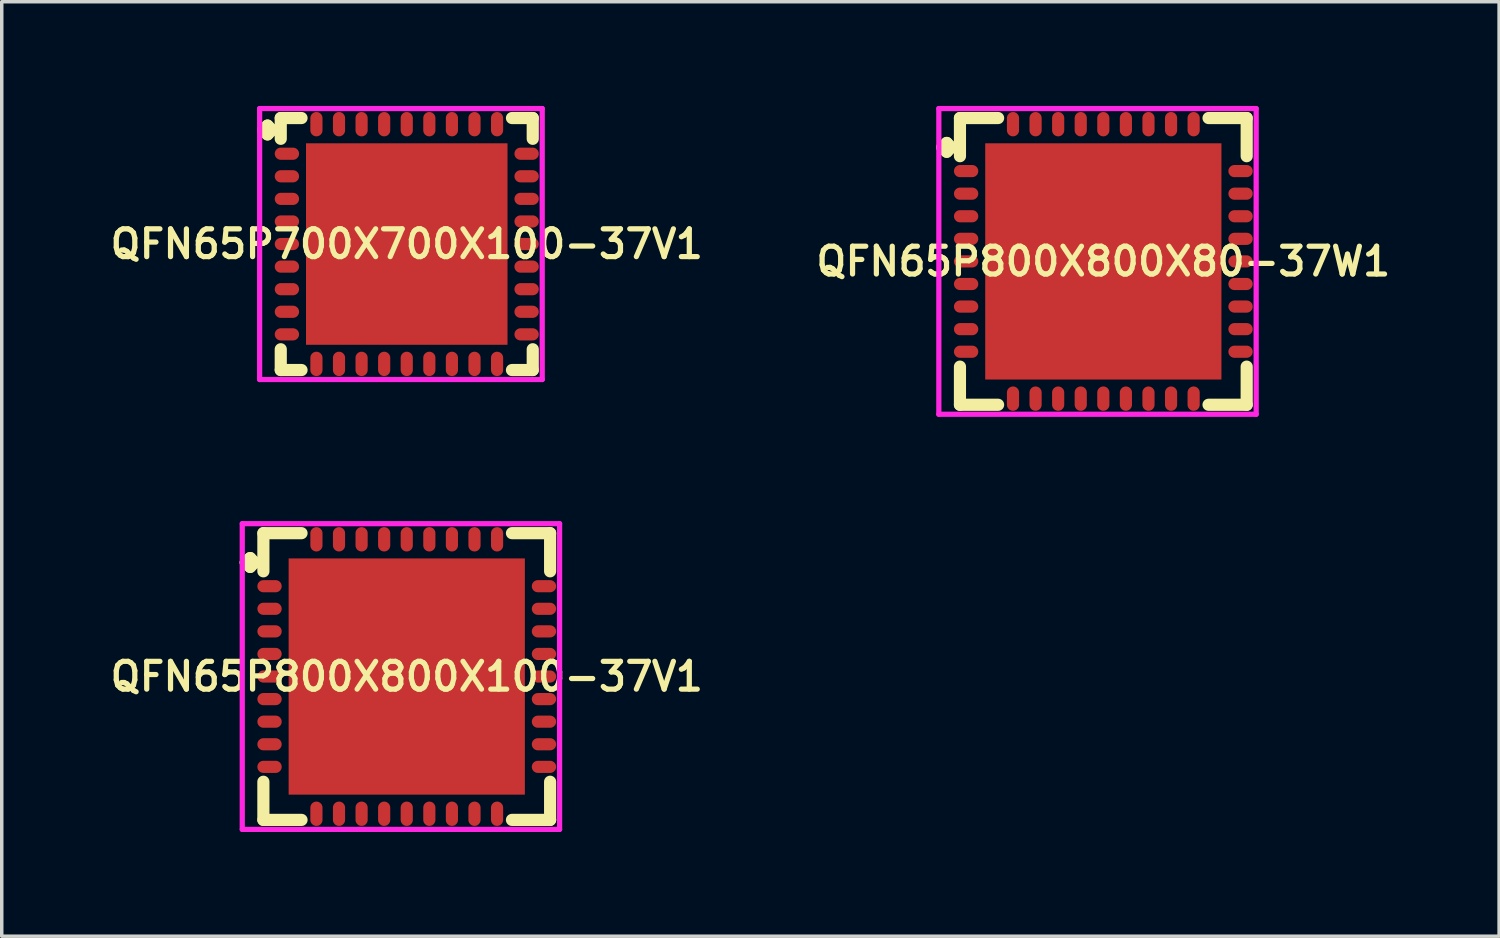
<source format=kicad_pcb>
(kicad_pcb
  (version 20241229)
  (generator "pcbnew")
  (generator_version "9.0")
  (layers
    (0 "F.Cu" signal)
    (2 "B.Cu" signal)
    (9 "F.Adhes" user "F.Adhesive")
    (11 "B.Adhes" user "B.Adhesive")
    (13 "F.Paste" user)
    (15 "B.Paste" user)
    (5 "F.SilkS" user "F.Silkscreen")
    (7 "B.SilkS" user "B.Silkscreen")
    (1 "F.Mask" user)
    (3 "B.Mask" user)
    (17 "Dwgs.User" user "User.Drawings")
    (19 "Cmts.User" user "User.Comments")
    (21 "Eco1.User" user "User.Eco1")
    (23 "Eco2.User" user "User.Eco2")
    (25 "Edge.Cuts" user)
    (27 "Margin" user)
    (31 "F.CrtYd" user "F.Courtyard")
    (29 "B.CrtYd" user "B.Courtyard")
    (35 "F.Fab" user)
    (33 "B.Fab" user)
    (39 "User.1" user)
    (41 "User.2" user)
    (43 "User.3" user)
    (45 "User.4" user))
  (footprint "QFN65P700X700X100-37V1"
    (layer "F.Cu")
    (at 8.659 3.975)
    (property "Reference" "QFN65P700X700X100-37V1" (at 0 0 0) (layer "F.SilkS") (effects (font (size 0.8 0.8) (thickness 0.15))))
    (attr smd)
    (fp_line (start -4.135 -3.283) (end -4.008 -3.41) (stroke (width 0.35) (type solid)) (layer "F.SilkS"))
    (fp_line (start -4.008 -3.41) (end -3.881 -3.283) (stroke (width 0.35) (type solid)) (layer "F.SilkS"))
    (fp_line (start -4.008 -3.156) (end -4.135 -3.283) (stroke (width 0.35) (type solid)) (layer "F.SilkS"))
    (fp_line (start -3.881 -3.283) (end -4.008 -3.156) (stroke (width 0.35) (type solid)) (layer "F.SilkS"))
    (fp_line (start -3.627 -3.627) (end -3.029 -3.627) (stroke (width 0.35) (type solid)) (layer "F.SilkS"))
    (fp_line (start -3.627 -3.029) (end -3.627 -3.627) (stroke (width 0.35) (type solid)) (layer "F.SilkS"))
    (fp_line (start -3.627 3.029) (end -3.627 3.627) (stroke (width 0.35) (type solid)) (layer "F.SilkS"))
    (fp_line (start -3.627 3.627) (end -3.029 3.627) (stroke (width 0.35) (type solid)) (layer "F.SilkS"))
    (fp_line (start 3.029 -3.627) (end 3.627 -3.627) (stroke (width 0.35) (type solid)) (layer "F.SilkS"))
    (fp_line (start 3.029 3.627) (end 3.627 3.627) (stroke (width 0.35) (type solid)) (layer "F.SilkS"))
    (fp_line (start 3.627 -3.627) (end 3.627 -3.029) (stroke (width 0.35) (type solid)) (layer "F.SilkS"))
    (fp_line (start 3.627 3.627) (end 3.627 3.029) (stroke (width 0.35) (type solid)) (layer "F.SilkS"))
    (fp_line (start -4.235 -3.9) (end 3.9 -3.9) (stroke (width 0.15) (type solid)) (layer "F.CrtYd"))
    (fp_line (start -4.235 3.9) (end -4.235 -3.9) (stroke (width 0.15) (type solid)) (layer "F.CrtYd"))
    (fp_line (start 3.9 -3.9) (end 3.9 3.9) (stroke (width 0.15) (type solid)) (layer "F.CrtYd"))
    (fp_line (start 3.9 3.9) (end -4.235 3.9) (stroke (width 0.15) (type solid)) (layer "F.CrtYd"))
    (pad "1" smd oval (at -3.45 -2.6) (size 0.7 0.35) (layers "F.Cu" "F.Mask" "F.Paste"))
    (pad "2" smd oval (at -3.45 -1.95) (size 0.7 0.35) (layers "F.Cu" "F.Mask" "F.Paste"))
    (pad "3" smd oval (at -3.45 -1.3) (size 0.7 0.35) (layers "F.Cu" "F.Mask" "F.Paste"))
    (pad "4" smd oval (at -3.45 -0.65) (size 0.7 0.35) (layers "F.Cu" "F.Mask" "F.Paste"))
    (pad "5" smd oval (at -3.45 0) (size 0.7 0.35) (layers "F.Cu" "F.Mask" "F.Paste"))
    (pad "6" smd oval (at -3.45 0.65) (size 0.7 0.35) (layers "F.Cu" "F.Mask" "F.Paste"))
    (pad "7" smd oval (at -3.45 1.3) (size 0.7 0.35) (layers "F.Cu" "F.Mask" "F.Paste"))
    (pad "8" smd oval (at -3.45 1.95) (size 0.7 0.35) (layers "F.Cu" "F.Mask" "F.Paste"))
    (pad "9" smd oval (at -3.45 2.6) (size 0.7 0.35) (layers "F.Cu" "F.Mask" "F.Paste"))
    (pad "10" smd oval (at -2.6 3.45) (size 0.35 0.7) (layers "F.Cu" "F.Mask" "F.Paste"))
    (pad "11" smd oval (at -1.95 3.45) (size 0.35 0.7) (layers "F.Cu" "F.Mask" "F.Paste"))
    (pad "12" smd oval (at -1.3 3.45) (size 0.35 0.7) (layers "F.Cu" "F.Mask" "F.Paste"))
    (pad "13" smd oval (at -0.65 3.45) (size 0.35 0.7) (layers "F.Cu" "F.Mask" "F.Paste"))
    (pad "14" smd oval (at 0 3.45) (size 0.35 0.7) (layers "F.Cu" "F.Mask" "F.Paste"))
    (pad "15" smd oval (at 0.65 3.45) (size 0.35 0.7) (layers "F.Cu" "F.Mask" "F.Paste"))
    (pad "16" smd oval (at 1.3 3.45) (size 0.35 0.7) (layers "F.Cu" "F.Mask" "F.Paste"))
    (pad "17" smd oval (at 1.95 3.45) (size 0.35 0.7) (layers "F.Cu" "F.Mask" "F.Paste"))
    (pad "18" smd oval (at 2.6 3.45) (size 0.35 0.7) (layers "F.Cu" "F.Mask" "F.Paste"))
    (pad "19" smd oval (at 3.45 2.6) (size 0.7 0.35) (layers "F.Cu" "F.Mask" "F.Paste"))
    (pad "20" smd oval (at 3.45 1.95) (size 0.7 0.35) (layers "F.Cu" "F.Mask" "F.Paste"))
    (pad "21" smd oval (at 3.45 1.3) (size 0.7 0.35) (layers "F.Cu" "F.Mask" "F.Paste"))
    (pad "22" smd oval (at 3.45 0.65) (size 0.7 0.35) (layers "F.Cu" "F.Mask" "F.Paste"))
    (pad "23" smd oval (at 3.45 0) (size 0.7 0.35) (layers "F.Cu" "F.Mask" "F.Paste"))
    (pad "24" smd oval (at 3.45 -0.65) (size 0.7 0.35) (layers "F.Cu" "F.Mask" "F.Paste"))
    (pad "25" smd oval (at 3.45 -1.3) (size 0.7 0.35) (layers "F.Cu" "F.Mask" "F.Paste"))
    (pad "26" smd oval (at 3.45 -1.95) (size 0.7 0.35) (layers "F.Cu" "F.Mask" "F.Paste"))
    (pad "27" smd oval (at 3.45 -2.6) (size 0.7 0.35) (layers "F.Cu" "F.Mask" "F.Paste"))
    (pad "28" smd oval (at 2.6 -3.45) (size 0.35 0.7) (layers "F.Cu" "F.Mask" "F.Paste"))
    (pad "29" smd oval (at 1.95 -3.45) (size 0.35 0.7) (layers "F.Cu" "F.Mask" "F.Paste"))
    (pad "30" smd oval (at 1.3 -3.45) (size 0.35 0.7) (layers "F.Cu" "F.Mask" "F.Paste"))
    (pad "31" smd oval (at 0.65 -3.45) (size 0.35 0.7) (layers "F.Cu" "F.Mask" "F.Paste"))
    (pad "32" smd oval (at 0 -3.45) (size 0.35 0.7) (layers "F.Cu" "F.Mask" "F.Paste"))
    (pad "33" smd oval (at -0.65 -3.45) (size 0.35 0.7) (layers "F.Cu" "F.Mask" "F.Paste"))
    (pad "34" smd oval (at -1.3 -3.45) (size 0.35 0.7) (layers "F.Cu" "F.Mask" "F.Paste"))
    (pad "35" smd oval (at -1.95 -3.45) (size 0.35 0.7) (layers "F.Cu" "F.Mask" "F.Paste"))
    (pad "36" smd oval (at -2.6 -3.45) (size 0.35 0.7) (layers "F.Cu" "F.Mask" "F.Paste"))
    (pad "37" smd rect (at 0 0) (size 5.8 5.8) (layers "F.Cu" "F.Mask" "F.Paste")))
  (footprint "QFN65P800X800X100-37V1"
    (layer "F.Cu")
    (at 8.659 16.425)
    (property "Reference" "QFN65P800X800X100-37V1" (at 0 0 0) (layer "F.SilkS") (effects (font (size 0.8 0.8) (thickness 0.15))))
    (attr smd)
    (fp_line (start -4.635 -3.283) (end -4.508 -3.41) (stroke (width 0.35) (type solid)) (layer "F.SilkS"))
    (fp_line (start -4.508 -3.41) (end -4.381 -3.283) (stroke (width 0.35) (type solid)) (layer "F.SilkS"))
    (fp_line (start -4.508 -3.156) (end -4.635 -3.283) (stroke (width 0.35) (type solid)) (layer "F.SilkS"))
    (fp_line (start -4.381 -3.283) (end -4.508 -3.156) (stroke (width 0.35) (type solid)) (layer "F.SilkS"))
    (fp_line (start -4.127 -4.127) (end -3.029 -4.127) (stroke (width 0.35) (type solid)) (layer "F.SilkS"))
    (fp_line (start -4.127 -3.029) (end -4.127 -4.127) (stroke (width 0.35) (type solid)) (layer "F.SilkS"))
    (fp_line (start -4.127 3.029) (end -4.127 4.127) (stroke (width 0.35) (type solid)) (layer "F.SilkS"))
    (fp_line (start -4.127 4.127) (end -3.029 4.127) (stroke (width 0.35) (type solid)) (layer "F.SilkS"))
    (fp_line (start 3.029 -4.127) (end 4.127 -4.127) (stroke (width 0.35) (type solid)) (layer "F.SilkS"))
    (fp_line (start 3.029 4.127) (end 4.127 4.127) (stroke (width 0.35) (type solid)) (layer "F.SilkS"))
    (fp_line (start 4.127 -4.127) (end 4.127 -3.029) (stroke (width 0.35) (type solid)) (layer "F.SilkS"))
    (fp_line (start 4.127 4.127) (end 4.127 3.029) (stroke (width 0.35) (type solid)) (layer "F.SilkS"))
    (fp_line (start -4.735 -4.4) (end 4.4 -4.4) (stroke (width 0.15) (type solid)) (layer "F.CrtYd"))
    (fp_line (start -4.735 4.4) (end -4.735 -4.4) (stroke (width 0.15) (type solid)) (layer "F.CrtYd"))
    (fp_line (start 4.4 -4.4) (end 4.4 4.4) (stroke (width 0.15) (type solid)) (layer "F.CrtYd"))
    (fp_line (start 4.4 4.4) (end -4.735 4.4) (stroke (width 0.15) (type solid)) (layer "F.CrtYd"))
    (pad "1" smd oval (at -3.95 -2.6) (size 0.7 0.35) (layers "F.Cu" "F.Mask" "F.Paste"))
    (pad "2" smd oval (at -3.95 -1.95) (size 0.7 0.35) (layers "F.Cu" "F.Mask" "F.Paste"))
    (pad "3" smd oval (at -3.95 -1.3) (size 0.7 0.35) (layers "F.Cu" "F.Mask" "F.Paste"))
    (pad "4" smd oval (at -3.95 -0.65) (size 0.7 0.35) (layers "F.Cu" "F.Mask" "F.Paste"))
    (pad "5" smd oval (at -3.95 0) (size 0.7 0.35) (layers "F.Cu" "F.Mask" "F.Paste"))
    (pad "6" smd oval (at -3.95 0.65) (size 0.7 0.35) (layers "F.Cu" "F.Mask" "F.Paste"))
    (pad "7" smd oval (at -3.95 1.3) (size 0.7 0.35) (layers "F.Cu" "F.Mask" "F.Paste"))
    (pad "8" smd oval (at -3.95 1.95) (size 0.7 0.35) (layers "F.Cu" "F.Mask" "F.Paste"))
    (pad "9" smd oval (at -3.95 2.6) (size 0.7 0.35) (layers "F.Cu" "F.Mask" "F.Paste"))
    (pad "10" smd oval (at -2.6 3.95) (size 0.35 0.7) (layers "F.Cu" "F.Mask" "F.Paste"))
    (pad "11" smd oval (at -1.95 3.95) (size 0.35 0.7) (layers "F.Cu" "F.Mask" "F.Paste"))
    (pad "12" smd oval (at -1.3 3.95) (size 0.35 0.7) (layers "F.Cu" "F.Mask" "F.Paste"))
    (pad "13" smd oval (at -0.65 3.95) (size 0.35 0.7) (layers "F.Cu" "F.Mask" "F.Paste"))
    (pad "14" smd oval (at 0 3.95) (size 0.35 0.7) (layers "F.Cu" "F.Mask" "F.Paste"))
    (pad "15" smd oval (at 0.65 3.95) (size 0.35 0.7) (layers "F.Cu" "F.Mask" "F.Paste"))
    (pad "16" smd oval (at 1.3 3.95) (size 0.35 0.7) (layers "F.Cu" "F.Mask" "F.Paste"))
    (pad "17" smd oval (at 1.95 3.95) (size 0.35 0.7) (layers "F.Cu" "F.Mask" "F.Paste"))
    (pad "18" smd oval (at 2.6 3.95) (size 0.35 0.7) (layers "F.Cu" "F.Mask" "F.Paste"))
    (pad "19" smd oval (at 3.95 2.6) (size 0.7 0.35) (layers "F.Cu" "F.Mask" "F.Paste"))
    (pad "20" smd oval (at 3.95 1.95) (size 0.7 0.35) (layers "F.Cu" "F.Mask" "F.Paste"))
    (pad "21" smd oval (at 3.95 1.3) (size 0.7 0.35) (layers "F.Cu" "F.Mask" "F.Paste"))
    (pad "22" smd oval (at 3.95 0.65) (size 0.7 0.35) (layers "F.Cu" "F.Mask" "F.Paste"))
    (pad "23" smd oval (at 3.95 0) (size 0.7 0.35) (layers "F.Cu" "F.Mask" "F.Paste"))
    (pad "24" smd oval (at 3.95 -0.65) (size 0.7 0.35) (layers "F.Cu" "F.Mask" "F.Paste"))
    (pad "25" smd oval (at 3.95 -1.3) (size 0.7 0.35) (layers "F.Cu" "F.Mask" "F.Paste"))
    (pad "26" smd oval (at 3.95 -1.95) (size 0.7 0.35) (layers "F.Cu" "F.Mask" "F.Paste"))
    (pad "27" smd oval (at 3.95 -2.6) (size 0.7 0.35) (layers "F.Cu" "F.Mask" "F.Paste"))
    (pad "28" smd oval (at 2.6 -3.95) (size 0.35 0.7) (layers "F.Cu" "F.Mask" "F.Paste"))
    (pad "29" smd oval (at 1.95 -3.95) (size 0.35 0.7) (layers "F.Cu" "F.Mask" "F.Paste"))
    (pad "30" smd oval (at 1.3 -3.95) (size 0.35 0.7) (layers "F.Cu" "F.Mask" "F.Paste"))
    (pad "31" smd oval (at 0.65 -3.95) (size 0.35 0.7) (layers "F.Cu" "F.Mask" "F.Paste"))
    (pad "32" smd oval (at 0 -3.95) (size 0.35 0.7) (layers "F.Cu" "F.Mask" "F.Paste"))
    (pad "33" smd oval (at -0.65 -3.95) (size 0.35 0.7) (layers "F.Cu" "F.Mask" "F.Paste"))
    (pad "34" smd oval (at -1.3 -3.95) (size 0.35 0.7) (layers "F.Cu" "F.Mask" "F.Paste"))
    (pad "35" smd oval (at -1.95 -3.95) (size 0.35 0.7) (layers "F.Cu" "F.Mask" "F.Paste"))
    (pad "36" smd oval (at -2.6 -3.95) (size 0.35 0.7) (layers "F.Cu" "F.Mask" "F.Paste"))
    (pad "37" smd rect (at 0 0) (size 6.8 6.8) (layers "F.Cu" "F.Mask" "F.Paste")))
  (footprint "QFN65P800X800X80-37W1"
    (layer "F.Cu")
    (at 28.711 4.475)
    (property "Reference" "QFN65P800X800X80-37W1" (at 0 0 0) (layer "F.SilkS") (effects (font (size 0.8 0.8) (thickness 0.15))))
    (attr smd)
    (fp_line (start -4.635 -3.283) (end -4.508 -3.41) (stroke (width 0.35) (type solid)) (layer "F.SilkS"))
    (fp_line (start -4.508 -3.41) (end -4.381 -3.283) (stroke (width 0.35) (type solid)) (layer "F.SilkS"))
    (fp_line (start -4.508 -3.156) (end -4.635 -3.283) (stroke (width 0.35) (type solid)) (layer "F.SilkS"))
    (fp_line (start -4.381 -3.283) (end -4.508 -3.156) (stroke (width 0.35) (type solid)) (layer "F.SilkS"))
    (fp_line (start -4.127 -4.127) (end -3.029 -4.127) (stroke (width 0.35) (type solid)) (layer "F.SilkS"))
    (fp_line (start -4.127 -3.029) (end -4.127 -4.127) (stroke (width 0.35) (type solid)) (layer "F.SilkS"))
    (fp_line (start -4.127 3.029) (end -4.127 4.127) (stroke (width 0.35) (type solid)) (layer "F.SilkS"))
    (fp_line (start -4.127 4.127) (end -3.029 4.127) (stroke (width 0.35) (type solid)) (layer "F.SilkS"))
    (fp_line (start 3.029 -4.127) (end 4.127 -4.127) (stroke (width 0.35) (type solid)) (layer "F.SilkS"))
    (fp_line (start 3.029 4.127) (end 4.127 4.127) (stroke (width 0.35) (type solid)) (layer "F.SilkS"))
    (fp_line (start 4.127 -4.127) (end 4.127 -3.029) (stroke (width 0.35) (type solid)) (layer "F.SilkS"))
    (fp_line (start 4.127 4.127) (end 4.127 3.029) (stroke (width 0.35) (type solid)) (layer "F.SilkS"))
    (fp_line (start -4.735 -4.4) (end 4.4 -4.4) (stroke (width 0.15) (type solid)) (layer "F.CrtYd"))
    (fp_line (start -4.735 4.4) (end -4.735 -4.4) (stroke (width 0.15) (type solid)) (layer "F.CrtYd"))
    (fp_line (start 4.4 -4.4) (end 4.4 4.4) (stroke (width 0.15) (type solid)) (layer "F.CrtYd"))
    (fp_line (start 4.4 4.4) (end -4.735 4.4) (stroke (width 0.15) (type solid)) (layer "F.CrtYd"))
    (pad "1" smd oval (at -3.95 -2.6) (size 0.7 0.35) (layers "F.Cu" "F.Mask" "F.Paste"))
    (pad "2" smd oval (at -3.95 -1.95) (size 0.7 0.35) (layers "F.Cu" "F.Mask" "F.Paste"))
    (pad "3" smd oval (at -3.95 -1.3) (size 0.7 0.35) (layers "F.Cu" "F.Mask" "F.Paste"))
    (pad "4" smd oval (at -3.95 -0.65) (size 0.7 0.35) (layers "F.Cu" "F.Mask" "F.Paste"))
    (pad "5" smd oval (at -3.95 0) (size 0.7 0.35) (layers "F.Cu" "F.Mask" "F.Paste"))
    (pad "6" smd oval (at -3.95 0.65) (size 0.7 0.35) (layers "F.Cu" "F.Mask" "F.Paste"))
    (pad "7" smd oval (at -3.95 1.3) (size 0.7 0.35) (layers "F.Cu" "F.Mask" "F.Paste"))
    (pad "8" smd oval (at -3.95 1.95) (size 0.7 0.35) (layers "F.Cu" "F.Mask" "F.Paste"))
    (pad "9" smd oval (at -3.95 2.6) (size 0.7 0.35) (layers "F.Cu" "F.Mask" "F.Paste"))
    (pad "10" smd oval (at -2.6 3.95) (size 0.35 0.7) (layers "F.Cu" "F.Mask" "F.Paste"))
    (pad "11" smd oval (at -1.95 3.95) (size 0.35 0.7) (layers "F.Cu" "F.Mask" "F.Paste"))
    (pad "12" smd oval (at -1.3 3.95) (size 0.35 0.7) (layers "F.Cu" "F.Mask" "F.Paste"))
    (pad "13" smd oval (at -0.65 3.95) (size 0.35 0.7) (layers "F.Cu" "F.Mask" "F.Paste"))
    (pad "14" smd oval (at 0 3.95) (size 0.35 0.7) (layers "F.Cu" "F.Mask" "F.Paste"))
    (pad "15" smd oval (at 0.65 3.95) (size 0.35 0.7) (layers "F.Cu" "F.Mask" "F.Paste"))
    (pad "16" smd oval (at 1.3 3.95) (size 0.35 0.7) (layers "F.Cu" "F.Mask" "F.Paste"))
    (pad "17" smd oval (at 1.95 3.95) (size 0.35 0.7) (layers "F.Cu" "F.Mask" "F.Paste"))
    (pad "18" smd oval (at 2.6 3.95) (size 0.35 0.7) (layers "F.Cu" "F.Mask" "F.Paste"))
    (pad "19" smd oval (at 3.95 2.6) (size 0.7 0.35) (layers "F.Cu" "F.Mask" "F.Paste"))
    (pad "20" smd oval (at 3.95 1.95) (size 0.7 0.35) (layers "F.Cu" "F.Mask" "F.Paste"))
    (pad "21" smd oval (at 3.95 1.3) (size 0.7 0.35) (layers "F.Cu" "F.Mask" "F.Paste"))
    (pad "22" smd oval (at 3.95 0.65) (size 0.7 0.35) (layers "F.Cu" "F.Mask" "F.Paste"))
    (pad "23" smd oval (at 3.95 0) (size 0.7 0.35) (layers "F.Cu" "F.Mask" "F.Paste"))
    (pad "24" smd oval (at 3.95 -0.65) (size 0.7 0.35) (layers "F.Cu" "F.Mask" "F.Paste"))
    (pad "25" smd oval (at 3.95 -1.3) (size 0.7 0.35) (layers "F.Cu" "F.Mask" "F.Paste"))
    (pad "26" smd oval (at 3.95 -1.95) (size 0.7 0.35) (layers "F.Cu" "F.Mask" "F.Paste"))
    (pad "27" smd oval (at 3.95 -2.6) (size 0.7 0.35) (layers "F.Cu" "F.Mask" "F.Paste"))
    (pad "28" smd oval (at 2.6 -3.95) (size 0.35 0.7) (layers "F.Cu" "F.Mask" "F.Paste"))
    (pad "29" smd oval (at 1.95 -3.95) (size 0.35 0.7) (layers "F.Cu" "F.Mask" "F.Paste"))
    (pad "30" smd oval (at 1.3 -3.95) (size 0.35 0.7) (layers "F.Cu" "F.Mask" "F.Paste"))
    (pad "31" smd oval (at 0.65 -3.95) (size 0.35 0.7) (layers "F.Cu" "F.Mask" "F.Paste"))
    (pad "32" smd oval (at 0 -3.95) (size 0.35 0.7) (layers "F.Cu" "F.Mask" "F.Paste"))
    (pad "33" smd oval (at -0.65 -3.95) (size 0.35 0.7) (layers "F.Cu" "F.Mask" "F.Paste"))
    (pad "34" smd oval (at -1.3 -3.95) (size 0.35 0.7) (layers "F.Cu" "F.Mask" "F.Paste"))
    (pad "35" smd oval (at -1.95 -3.95) (size 0.35 0.7) (layers "F.Cu" "F.Mask" "F.Paste"))
    (pad "36" smd oval (at -2.6 -3.95) (size 0.35 0.7) (layers "F.Cu" "F.Mask" "F.Paste"))
    (pad "37" smd rect (at 0 0) (size 6.8 6.8) (layers "F.Cu" "F.Mask" "F.Paste")))
  (gr_rect
    (start -3 -3)
    (end 40.104 23.9)
    (stroke (width 0.1) (type default))
    (fill no)
    (layer "Edge.Cuts")))
</source>
